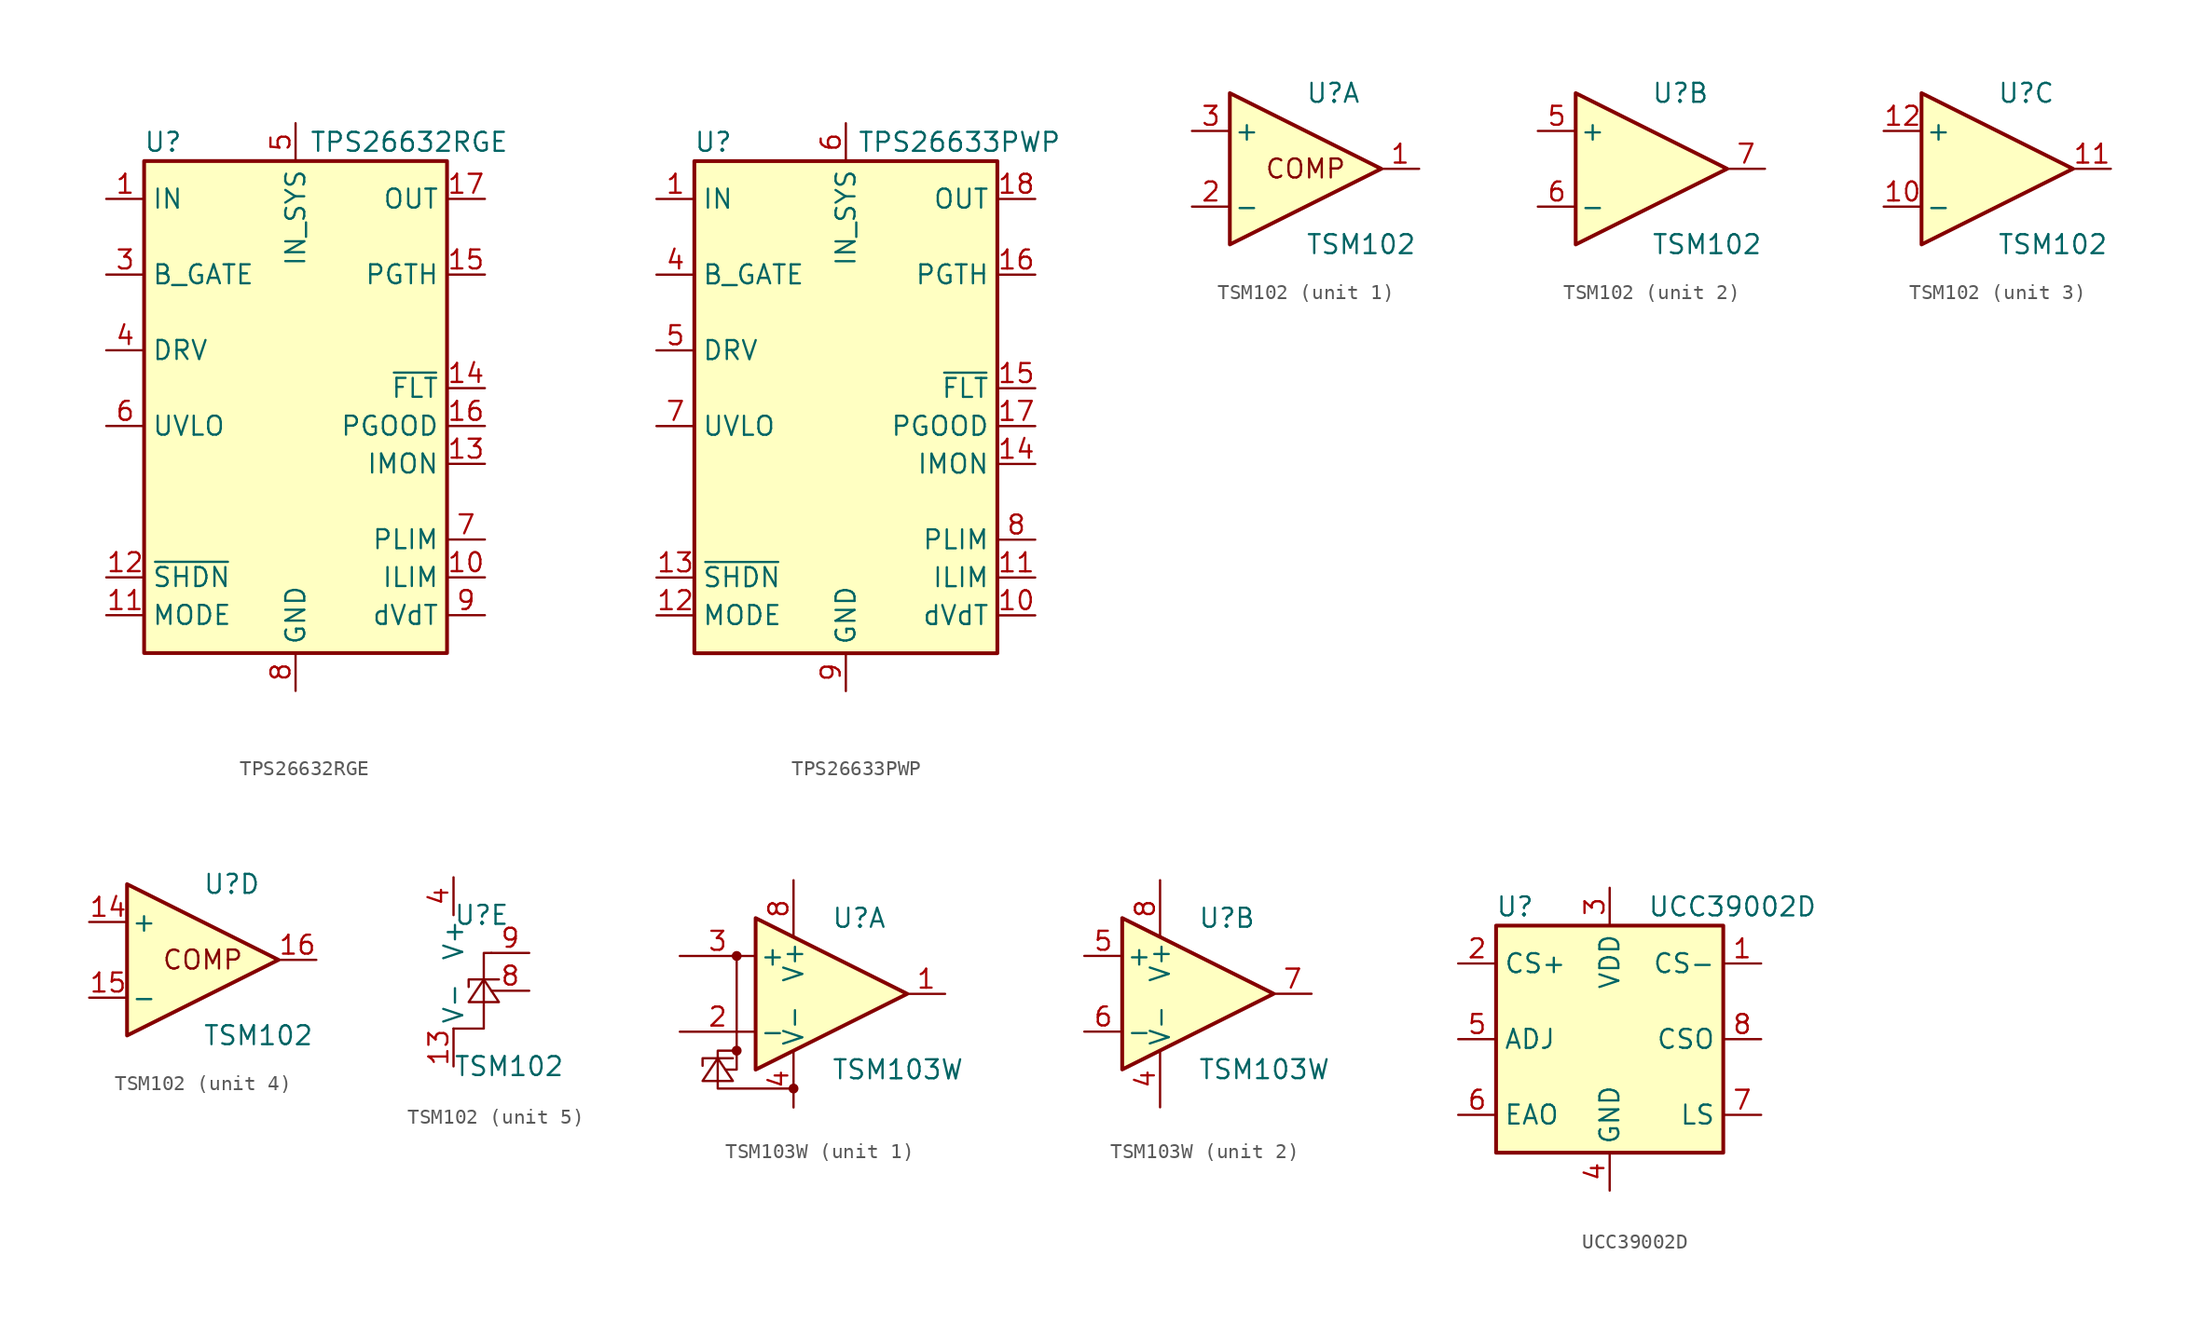
<source format=kicad_sym>
(kicad_symbol_lib
  (version 20211014)
  (generator kicad_symbol_editor)
  (symbol "TPS26632RGE"
    (property "Reference" "U"
      (at -8.89 16.51 0)
      (effects (font (size 1.27 1.27))))
    (property "Value" "TPS26632RGE"
      (at 7.62 16.51 0)
      (effects (font (size 1.27 1.27))))
    (symbol "TPS26632RGE_0_1"
      (rectangle (start -10.16 15.24) (end 10.16 -17.78) (stroke (width 0.254) (type default) (color 0 0 0 0)) (fill (type background))))
    (symbol "TPS26632RGE_1_1"
      (pin power_in line (at -12.7 12.7 0) (length 2.54) (name "IN" (effects (font (size 1.27 1.27)))) (number "1" (effects (font (size 1.27 1.27)))))
      (pin passive line (at 12.7 -12.7 180) (length 2.54) (name "ILIM" (effects (font (size 1.27 1.27)))) (number "10" (effects (font (size 1.27 1.27)))))
      (pin input line (at -12.7 -15.24 0) (length 2.54) (name "MODE" (effects (font (size 1.27 1.27)))) (number "11" (effects (font (size 1.27 1.27)))))
      (pin input line (at -12.7 -12.7 0) (length 2.54) (name "~{SHDN}" (effects (font (size 1.27 1.27)))) (number "12" (effects (font (size 1.27 1.27)))))
      (pin output line (at 12.7 -5.08 180) (length 2.54) (name "IMON" (effects (font (size 1.27 1.27)))) (number "13" (effects (font (size 1.27 1.27)))))
      (pin open_collector line (at 12.7 0 180) (length 2.54) (name "~{FLT}" (effects (font (size 1.27 1.27)))) (number "14" (effects (font (size 1.27 1.27)))))
      (pin input line (at 12.7 7.62 180) (length 2.54) (name "PGTH" (effects (font (size 1.27 1.27)))) (number "15" (effects (font (size 1.27 1.27)))))
      (pin output line (at 12.7 -2.54 180) (length 2.54) (name "PGOOD" (effects (font (size 1.27 1.27)))) (number "16" (effects (font (size 1.27 1.27)))))
      (pin power_out line (at 12.7 12.7 180) (length 2.54) (name "OUT" (effects (font (size 1.27 1.27)))) (number "17" (effects (font (size 1.27 1.27)))))
      (pin passive line (at 12.7 12.7 180) (length 2.54) hide (name "OUT" (effects (font (size 1.27 1.27)))) (number "18" (effects (font (size 1.27 1.27)))))
      (pin no_connect line (at -10.16 10.16 0) (length 2.54) hide (name "NC" (effects (font (size 1.27 1.27)))) (number "19" (effects (font (size 1.27 1.27)))))
      (pin passive line (at -12.7 12.7 0) (length 2.54) hide (name "IN" (effects (font (size 1.27 1.27)))) (number "2" (effects (font (size 1.27 1.27)))))
      (pin no_connect line (at -10.16 5.08 0) (length 2.54) hide (name "NC" (effects (font (size 1.27 1.27)))) (number "20" (effects (font (size 1.27 1.27)))))
      (pin no_connect line (at -10.16 0 0) (length 2.54) hide (name "NC" (effects (font (size 1.27 1.27)))) (number "21" (effects (font (size 1.27 1.27)))))
      (pin no_connect line (at 10.16 10.16 180) (length 2.54) hide (name "NC" (effects (font (size 1.27 1.27)))) (number "22" (effects (font (size 1.27 1.27)))))
      (pin no_connect line (at 10.16 5.08 180) (length 2.54) hide (name "NC" (effects (font (size 1.27 1.27)))) (number "23" (effects (font (size 1.27 1.27)))))
      (pin no_connect line (at 10.16 2.54 180) (length 2.54) hide (name "NC" (effects (font (size 1.27 1.27)))) (number "24" (effects (font (size 1.27 1.27)))))
      (pin passive line (at 0 -20.32 90) (length 2.54) hide (name "GND" (effects (font (size 1.27 1.27)))) (number "25" (effects (font (size 1.27 1.27)))))
      (pin output line (at -12.7 7.62 0) (length 2.54) (name "B_GATE" (effects (font (size 1.27 1.27)))) (number "3" (effects (font (size 1.27 1.27)))))
      (pin output line (at -12.7 2.54 0) (length 2.54) (name "DRV" (effects (font (size 1.27 1.27)))) (number "4" (effects (font (size 1.27 1.27)))))
      (pin power_in line (at 0 17.78 270) (length 2.54) (name "IN_SYS" (effects (font (size 1.27 1.27)))) (number "5" (effects (font (size 1.27 1.27)))))
      (pin input line (at -12.7 -2.54 0) (length 2.54) (name "UVLO" (effects (font (size 1.27 1.27)))) (number "6" (effects (font (size 1.27 1.27)))))
      (pin passive line (at 12.7 -10.16 180) (length 2.54) (name "PLIM" (effects (font (size 1.27 1.27)))) (number "7" (effects (font (size 1.27 1.27)))))
      (pin power_in line (at 0 -20.32 90) (length 2.54) (name "GND" (effects (font (size 1.27 1.27)))) (number "8" (effects (font (size 1.27 1.27)))))
      (pin passive line (at 12.7 -15.24 180) (length 2.54) (name "dVdT" (effects (font (size 1.27 1.27)))) (number "9" (effects (font (size 1.27 1.27)))))))
  (symbol "TPS26633PWP"
    (property "Reference" "U"
      (at -8.89 16.51 0)
      (effects (font (size 1.27 1.27))))
    (property "Value" "TPS26633PWP"
      (at 7.62 16.51 0)
      (effects (font (size 1.27 1.27))))
    (symbol "TPS26633PWP_0_1"
      (rectangle (start -10.16 15.24) (end 10.16 -17.78) (stroke (width 0.254) (type default) (color 0 0 0 0)) (fill (type background))))
    (symbol "TPS26633PWP_1_1"
      (pin power_in line (at -12.7 12.7 0) (length 2.54) (name "IN" (effects (font (size 1.27 1.27)))) (number "1" (effects (font (size 1.27 1.27)))))
      (pin passive line (at 12.7 -15.24 180) (length 2.54) (name "dVdT" (effects (font (size 1.27 1.27)))) (number "10" (effects (font (size 1.27 1.27)))))
      (pin passive line (at 12.7 -12.7 180) (length 2.54) (name "ILIM" (effects (font (size 1.27 1.27)))) (number "11" (effects (font (size 1.27 1.27)))))
      (pin input line (at -12.7 -15.24 0) (length 2.54) (name "MODE" (effects (font (size 1.27 1.27)))) (number "12" (effects (font (size 1.27 1.27)))))
      (pin input line (at -12.7 -12.7 0) (length 2.54) (name "~{SHDN}" (effects (font (size 1.27 1.27)))) (number "13" (effects (font (size 1.27 1.27)))))
      (pin output line (at 12.7 -5.08 180) (length 2.54) (name "IMON" (effects (font (size 1.27 1.27)))) (number "14" (effects (font (size 1.27 1.27)))))
      (pin open_collector line (at 12.7 0 180) (length 2.54) (name "~{FLT}" (effects (font (size 1.27 1.27)))) (number "15" (effects (font (size 1.27 1.27)))))
      (pin input line (at 12.7 7.62 180) (length 2.54) (name "PGTH" (effects (font (size 1.27 1.27)))) (number "16" (effects (font (size 1.27 1.27)))))
      (pin output line (at 12.7 -2.54 180) (length 2.54) (name "PGOOD" (effects (font (size 1.27 1.27)))) (number "17" (effects (font (size 1.27 1.27)))))
      (pin power_out line (at 12.7 12.7 180) (length 2.54) (name "OUT" (effects (font (size 1.27 1.27)))) (number "18" (effects (font (size 1.27 1.27)))))
      (pin passive line (at 12.7 12.7 180) (length 2.54) hide (name "OUT" (effects (font (size 1.27 1.27)))) (number "19" (effects (font (size 1.27 1.27)))))
      (pin passive line (at -12.7 12.7 0) (length 2.54) hide (name "IN" (effects (font (size 1.27 1.27)))) (number "2" (effects (font (size 1.27 1.27)))))
      (pin passive line (at 12.7 12.7 180) (length 2.54) hide (name "OUT" (effects (font (size 1.27 1.27)))) (number "20" (effects (font (size 1.27 1.27)))))
      (pin passive line (at 0 -20.32 90) (length 2.54) hide (name "GND" (effects (font (size 1.27 1.27)))) (number "21" (effects (font (size 1.27 1.27)))))
      (pin passive line (at -12.7 12.7 0) (length 2.54) hide (name "IN" (effects (font (size 1.27 1.27)))) (number "3" (effects (font (size 1.27 1.27)))))
      (pin output line (at -12.7 7.62 0) (length 2.54) (name "B_GATE" (effects (font (size 1.27 1.27)))) (number "4" (effects (font (size 1.27 1.27)))))
      (pin output line (at -12.7 2.54 0) (length 2.54) (name "DRV" (effects (font (size 1.27 1.27)))) (number "5" (effects (font (size 1.27 1.27)))))
      (pin power_in line (at 0 17.78 270) (length 2.54) (name "IN_SYS" (effects (font (size 1.27 1.27)))) (number "6" (effects (font (size 1.27 1.27)))))
      (pin input line (at -12.7 -2.54 0) (length 2.54) (name "UVLO" (effects (font (size 1.27 1.27)))) (number "7" (effects (font (size 1.27 1.27)))))
      (pin passive line (at 12.7 -10.16 180) (length 2.54) (name "PLIM" (effects (font (size 1.27 1.27)))) (number "8" (effects (font (size 1.27 1.27)))))
      (pin power_in line (at 0 -20.32 90) (length 2.54) (name "GND" (effects (font (size 1.27 1.27)))) (number "9" (effects (font (size 1.27 1.27)))))))
  (symbol "TSM102"
    (pin_names
      (offset 0.254))
    (property "Reference" "U"
      (at 0 5.08 0)
      (effects (font (size 1.27 1.27)) (justify left)))
    (property "Value" "TSM102"
      (at 0 -5.08 0)
      (effects (font (size 1.27 1.27)) (justify left)))
    (symbol "TSM102_1_0"
      (text "COMP" (at 0 0 0) (effects (font (size 1.27 1.27)))))
    (symbol "TSM102_1_1"
      (polyline (pts (xy -5.08 5.08) (xy 5.08 0) (xy -5.08 -5.08) (xy -5.08 5.08)) (stroke (width 0.254) (type default) (color 0 0 0 0)) (fill (type background)))
      (pin output line (at 7.62 0 180) (length 2.54) (name "~" (effects (font (size 1.27 1.27)))) (number "1" (effects (font (size 1.27 1.27)))))
      (pin input line (at -7.62 -2.54 0) (length 2.54) (name "-" (effects (font (size 1.27 1.27)))) (number "2" (effects (font (size 1.27 1.27)))))
      (pin input line (at -7.62 2.54 0) (length 2.54) (name "+" (effects (font (size 1.27 1.27)))) (number "3" (effects (font (size 1.27 1.27))))))
    (symbol "TSM102_2_1"
      (polyline (pts (xy -5.08 5.08) (xy 5.08 0) (xy -5.08 -5.08) (xy -5.08 5.08)) (stroke (width 0.254) (type default) (color 0 0 0 0)) (fill (type background)))
      (pin input line (at -7.62 2.54 0) (length 2.54) (name "+" (effects (font (size 1.27 1.27)))) (number "5" (effects (font (size 1.27 1.27)))))
      (pin input line (at -7.62 -2.54 0) (length 2.54) (name "-" (effects (font (size 1.27 1.27)))) (number "6" (effects (font (size 1.27 1.27)))))
      (pin output line (at 7.62 0 180) (length 2.54) (name "~" (effects (font (size 1.27 1.27)))) (number "7" (effects (font (size 1.27 1.27))))))
    (symbol "TSM102_3_1"
      (polyline (pts (xy -5.08 5.08) (xy 5.08 0) (xy -5.08 -5.08) (xy -5.08 5.08)) (stroke (width 0.254) (type default) (color 0 0 0 0)) (fill (type background)))
      (pin input line (at -7.62 -2.54 0) (length 2.54) (name "-" (effects (font (size 1.27 1.27)))) (number "10" (effects (font (size 1.27 1.27)))))
      (pin output line (at 7.62 0 180) (length 2.54) (name "~" (effects (font (size 1.27 1.27)))) (number "11" (effects (font (size 1.27 1.27)))))
      (pin input line (at -7.62 2.54 0) (length 2.54) (name "+" (effects (font (size 1.27 1.27)))) (number "12" (effects (font (size 1.27 1.27))))))
    (symbol "TSM102_4_0"
      (text "COMP" (at 0 0 0) (effects (font (size 1.27 1.27)))))
    (symbol "TSM102_4_1"
      (polyline (pts (xy -5.08 5.08) (xy 5.08 0) (xy -5.08 -5.08) (xy -5.08 5.08)) (stroke (width 0.254) (type default) (color 0 0 0 0)) (fill (type background)))
      (pin input line (at -7.62 2.54 0) (length 2.54) (name "+" (effects (font (size 1.27 1.27)))) (number "14" (effects (font (size 1.27 1.27)))))
      (pin input line (at -7.62 -2.54 0) (length 2.54) (name "-" (effects (font (size 1.27 1.27)))) (number "15" (effects (font (size 1.27 1.27)))))
      (pin output line (at 7.62 0 180) (length 2.54) (name "~" (effects (font (size 1.27 1.27)))) (number "16" (effects (font (size 1.27 1.27))))))
    (symbol "TSM102_5_1"
      (polyline (pts (xy 1.016 0.254) (xy 1.016 0.762) (xy 3.048 0.762)) (stroke (width 0) (type default) (color 0 0 0 0)) (fill (type none)))
      (polyline (pts (xy 0 -2.54) (xy 2.032 -2.54) (xy 2.032 2.54) (xy 2.54 2.54)) (stroke (width 0) (type default) (color 0 0 0 0)) (fill (type none)))
      (polyline (pts (xy 1.016 -0.762) (xy 2.032 0.762) (xy 3.048 -0.762) (xy 1.016 -0.762)) (stroke (width 0) (type default) (color 0 0 0 0)) (fill (type none)))
      (pin power_in line (at 0 -5.08 90) (length 2.54) (name "V-" (effects (font (size 1.27 1.27)))) (number "13" (effects (font (size 1.27 1.27)))))
      (pin power_in line (at 0 7.62 270) (length 2.54) (name "V+" (effects (font (size 1.27 1.27)))) (number "4" (effects (font (size 1.27 1.27)))))
      (pin passive line (at 5.08 0 180) (length 2.54) (name "~" (effects (font (size 1.27 1.27)))) (number "8" (effects (font (size 1.27 1.27)))))
      (pin passive line (at 5.08 2.54 180) (length 2.54) (name "~" (effects (font (size 1.27 1.27)))) (number "9" (effects (font (size 1.27 1.27)))))))
  (symbol "TSM103W"
    (pin_names
      (offset 0.254))
    (property "Reference" "U"
      (at 0 5.08 0)
      (effects (font (size 1.27 1.27)) (justify left)))
    (property "Value" "TSM103W"
      (at 0 -5.08 0)
      (effects (font (size 1.27 1.27)) (justify left)))
    (symbol "TSM103W_0_1"
      (polyline (pts (xy -5.08 5.08) (xy 5.08 0) (xy -5.08 -5.08) (xy -5.08 5.08)) (stroke (width 0.254) (type default) (color 0 0 0 0)) (fill (type background)))
      (pin power_in line (at -2.54 -7.62 90) (length 3.81) (name "V-" (effects (font (size 1.27 1.27)))) (number "4" (effects (font (size 1.27 1.27)))))
      (pin power_in line (at -2.54 7.62 270) (length 3.81) (name "V+" (effects (font (size 1.27 1.27)))) (number "8" (effects (font (size 1.27 1.27))))))
    (symbol "TSM103W_1_1"
      (circle (center -6.35 -3.81) (radius 0.254) (stroke (width 0) (type default) (color 0 0 0 0)) (fill (type outline)))
      (circle (center -6.35 2.54) (radius 0.254) (stroke (width 0) (type default) (color 0 0 0 0)) (fill (type outline)))
      (circle (center -2.54 -6.35) (radius 0.254) (stroke (width 0) (type default) (color 0 0 0 0)) (fill (type outline)))
      (polyline (pts (xy -8.636 -4.826) (xy -8.636 -4.318) (xy -6.604 -4.318)) (stroke (width 0) (type default) (color 0 0 0 0)) (fill (type none)))
      (polyline (pts (xy -7.112 -5.08) (xy -6.35 -5.08) (xy -6.35 2.54)) (stroke (width 0) (type default) (color 0 0 0 0)) (fill (type none)))
      (polyline (pts (xy -8.636 -5.842) (xy -7.62 -4.318) (xy -6.604 -5.842) (xy -8.636 -5.842)) (stroke (width 0) (type default) (color 0 0 0 0)) (fill (type none)))
      (polyline (pts (xy -6.35 -3.81) (xy -7.62 -3.81) (xy -7.62 -6.35) (xy -2.54 -6.35)) (stroke (width 0) (type default) (color 0 0 0 0)) (fill (type none)))
      (pin output line (at 7.62 0 180) (length 2.54) (name "~" (effects (font (size 1.27 1.27)))) (number "1" (effects (font (size 1.27 1.27)))))
      (pin input line (at -10.16 -2.54 0) (length 5.08) (name "-" (effects (font (size 1.27 1.27)))) (number "2" (effects (font (size 1.27 1.27)))))
      (pin input line (at -10.16 2.54 0) (length 5.08) (name "+" (effects (font (size 1.27 1.27)))) (number "3" (effects (font (size 1.27 1.27))))))
    (symbol "TSM103W_2_1"
      (pin input line (at -7.62 2.54 0) (length 2.54) (name "+" (effects (font (size 1.27 1.27)))) (number "5" (effects (font (size 1.27 1.27)))))
      (pin input line (at -7.62 -2.54 0) (length 2.54) (name "-" (effects (font (size 1.27 1.27)))) (number "6" (effects (font (size 1.27 1.27)))))
      (pin output line (at 7.62 0 180) (length 2.54) (name "~" (effects (font (size 1.27 1.27)))) (number "7" (effects (font (size 1.27 1.27)))))))
  (symbol "UCC39002D"
    (property "Reference" "U"
      (at -6.35 8.89 0)
      (effects (font (size 1.27 1.27))))
    (property "Value" "UCC39002D"
      (at 2.54 8.89 0)
      (effects (font (size 1.27 1.27)) (justify left)))
    (symbol "UCC39002D_0_1"
      (rectangle (start -7.62 7.62) (end 7.62 -7.62) (stroke (width 0.254) (type default) (color 0 0 0 0)) (fill (type background))))
    (symbol "UCC39002D_1_1"
      (pin input line (at 10.16 5.08 180) (length 2.54) (name "CS-" (effects (font (size 1.27 1.27)))) (number "1" (effects (font (size 1.27 1.27)))))
      (pin input line (at -10.16 5.08 0) (length 2.54) (name "CS+" (effects (font (size 1.27 1.27)))) (number "2" (effects (font (size 1.27 1.27)))))
      (pin power_in line (at 0 10.16 270) (length 2.54) (name "VDD" (effects (font (size 1.27 1.27)))) (number "3" (effects (font (size 1.27 1.27)))))
      (pin power_in line (at 0 -10.16 90) (length 2.54) (name "GND" (effects (font (size 1.27 1.27)))) (number "4" (effects (font (size 1.27 1.27)))))
      (pin open_collector line (at -10.16 0 0) (length 2.54) (name "ADJ" (effects (font (size 1.27 1.27)))) (number "5" (effects (font (size 1.27 1.27)))))
      (pin passive line (at -10.16 -5.08 0) (length 2.54) (name "EAO" (effects (font (size 1.27 1.27)))) (number "6" (effects (font (size 1.27 1.27)))))
      (pin passive line (at 10.16 -5.08 180) (length 2.54) (name "LS" (effects (font (size 1.27 1.27)))) (number "7" (effects (font (size 1.27 1.27)))))
      (pin output line (at 10.16 0 180) (length 2.54) (name "CSO" (effects (font (size 1.27 1.27)))) (number "8" (effects (font (size 1.27 1.27))))))))
</source>
